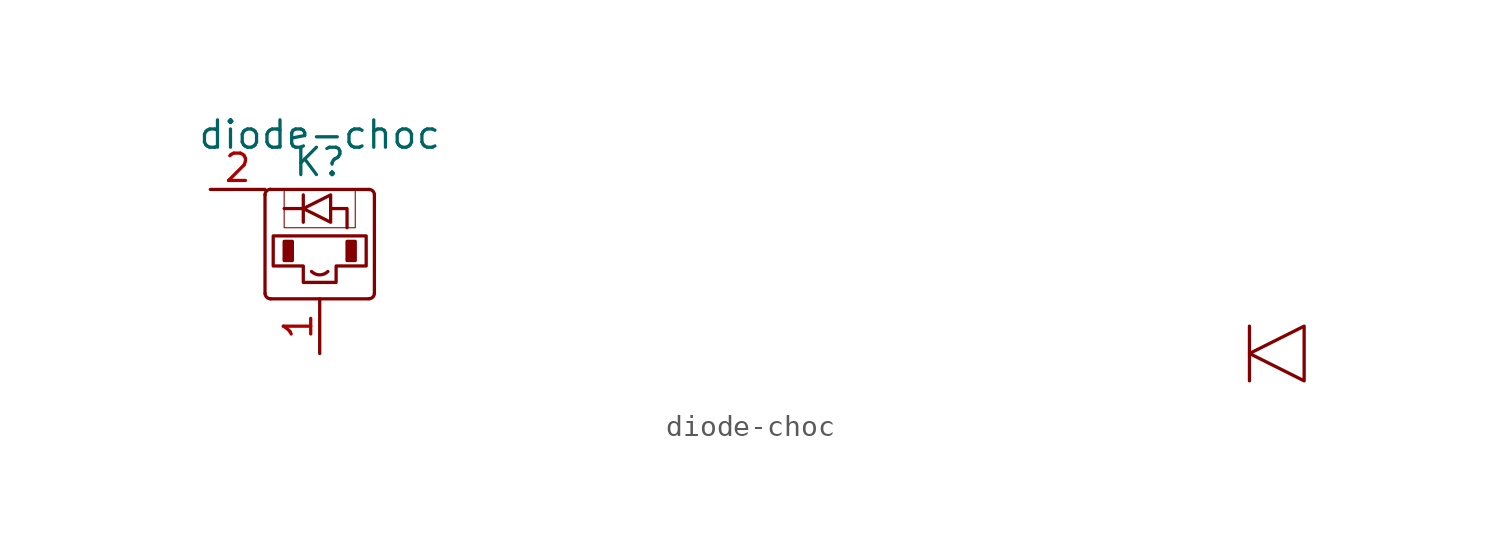
<source format=kicad_sym>
(kicad_symbol_lib
  (version 20210619)
  (generator kicad_symbol_editor)
  (symbol "diode-choc-6:diode-choc"
    (pin_names
      (offset 1.016))
    (property "Reference" "K"
      (at 0 3.81 0)
      (effects (font (size 1.27 1.27))))
    (property "Value" "diode-choc"
      (at 0 5.08 0)
      (effects (font (size 1.27 1.27))))
    (symbol "diode-choc_0_1"
      (arc (start -2.54 -2.286) (end -2.286 -2.54) (radius (at -2.286 -2.286) (length 0.254) (angles 180 -90)) (stroke (width 0.1524)) (fill (type none)))
      (arc (start -2.286 2.54) (end -2.54 2.286) (radius (at -2.286 2.286) (length 0.254) (angles 90 180)) (stroke (width 0.1524)) (fill (type none)))
      (arc (start -0.381 -1.27) (end 0.381 -1.27) (radius (at 0 -0.889) (length 0.5388) (angles -135 -45)) (stroke (width 0.1524)) (fill (type none)))
      (arc (start 2.54 -2.286) (end 2.286 -2.54) (radius (at 2.286 -2.286) (length 0.254) (angles 0 -90)) (stroke (width 0.1524)) (fill (type none)))
      (arc (start 2.286 2.54) (end 2.54 2.286) (radius (at 2.286 2.286) (length 0.254) (angles 90 0)) (stroke (width 0.1524)) (fill (type none)))
      (rectangle (start -1.651 0.127) (end -1.27 -0.762) (stroke (width 0.152)) (fill (type outline)))
      (rectangle (start 1.27 0.127) (end 1.651 -0.762) (stroke (width 0.152)) (fill (type outline)))
      (polyline (pts (xy -2.54 2.286) (xy -2.54 -2.286)) (stroke (width 0.152)) (fill (type none)))
      (polyline (pts (xy -2.286 -2.54) (xy 2.286 -2.54)) (stroke (width 0.152)) (fill (type none)))
      (polyline (pts (xy -0.762 1.651) (xy -1.651 1.651)) (stroke (width 0.152)) (fill (type none)))
      (polyline (pts (xy -0.762 2.286) (xy -0.762 1.016)) (stroke (width 0.152)) (fill (type none)))
      (polyline (pts (xy 2.286 2.54) (xy -2.286 2.54)) (stroke (width 0.152)) (fill (type none)))
      (polyline (pts (xy 2.54 -2.286) (xy 2.54 2.286)) (stroke (width 0.152)) (fill (type none)))
      (polyline (pts (xy 43.18 -3.81) (xy 43.18 -6.35)) (stroke (width 0)) (fill (type none)))
      (polyline (pts (xy 0.508 1.651) (xy 1.27 1.651) (xy 1.27 0.762)) (stroke (width 0.152)) (fill (type none)))
      (polyline (pts (xy -1.651 2.54) (xy -1.651 0.762) (xy 1.651 0.762) (xy 1.651 2.54)) (stroke (width 0.05)) (fill (type none)))
      (polyline (pts (xy 0.508 2.286) (xy 0.508 1.016) (xy -0.762 1.651) (xy 0.508 2.286)) (stroke (width 0.152)) (fill (type none)))
      (polyline (pts (xy 45.72 -3.81) (xy 45.72 -6.35) (xy 43.18 -5.08) (xy 45.72 -3.81)) (stroke (width 0)) (fill (type none)))
      (polyline (pts (xy -2.159 0.381) (xy -2.159 -1.016) (xy -0.762 -1.016) (xy -0.762 -1.778) (xy 0.762 -1.778) (xy 0.762 -1.016) (xy 2.159 -1.016) (xy 2.159 0.381) (xy -2.159 0.381)) (stroke (width 0.152)) (fill (type none))))
    (symbol "diode-choc_1_1"
      (pin input line (at 0 -5.08 90) (length 2.54) (name "~" (effects (font (size 1.27 1.27)))) (number "1" (effects (font (size 1.27 1.27)))))
      (pin output line (at -5.08 2.54 0) (length 2.54) (name "~" (effects (font (size 1.27 1.27)))) (number "2" (effects (font (size 1.27 1.27)))))
      (pin bidirectional line (at 5.08 0 180) (length 2.54) hide (name "~" (effects (font (size 1.27 1.27)))) (number "3" (effects (font (size 1.27 1.27))))))))
</source>
